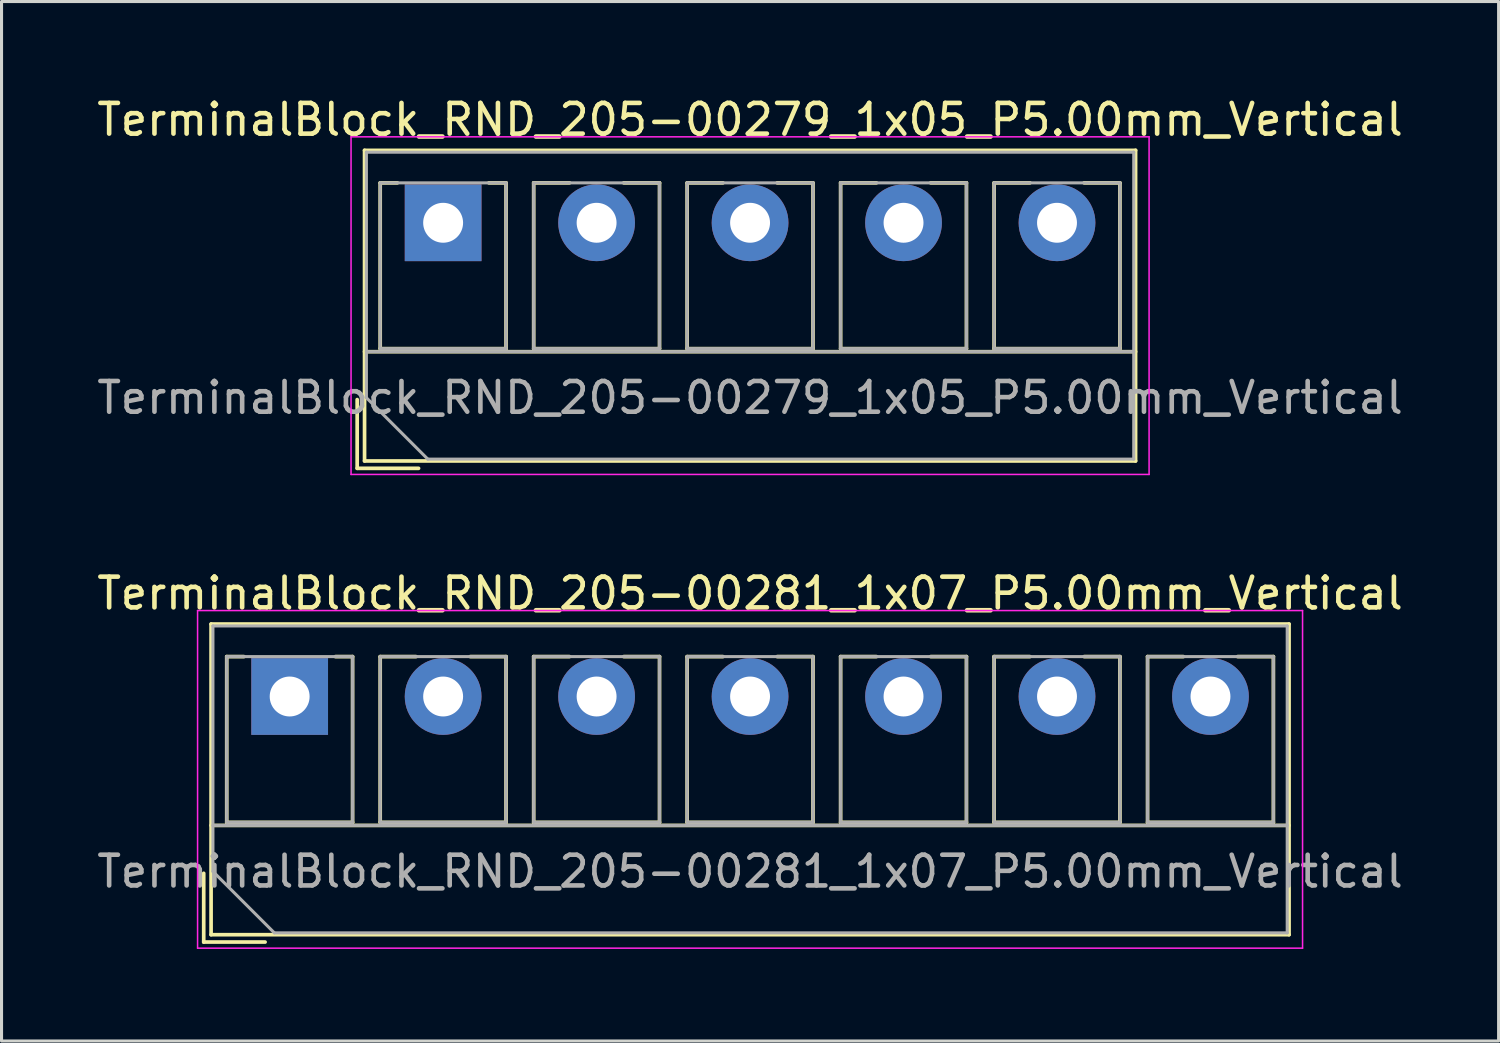
<source format=kicad_pcb>
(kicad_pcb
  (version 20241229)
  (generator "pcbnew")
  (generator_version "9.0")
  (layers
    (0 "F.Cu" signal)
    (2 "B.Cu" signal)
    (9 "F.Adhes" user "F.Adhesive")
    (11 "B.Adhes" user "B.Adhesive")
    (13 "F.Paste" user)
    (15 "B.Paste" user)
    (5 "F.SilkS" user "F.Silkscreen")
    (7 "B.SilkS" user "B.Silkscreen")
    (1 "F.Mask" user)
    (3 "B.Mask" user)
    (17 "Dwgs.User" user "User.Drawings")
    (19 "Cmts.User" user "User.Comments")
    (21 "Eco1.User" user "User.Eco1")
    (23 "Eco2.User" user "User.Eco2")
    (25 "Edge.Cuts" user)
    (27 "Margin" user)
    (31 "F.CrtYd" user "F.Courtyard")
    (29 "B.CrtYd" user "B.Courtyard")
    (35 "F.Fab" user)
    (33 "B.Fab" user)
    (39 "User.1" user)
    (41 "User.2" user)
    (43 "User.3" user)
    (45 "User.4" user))
  (footprint "TerminalBlock_RND_205-00281_1x07_P5.00mm_Vertical"
    (layer "F.Cu")
    (at 6.387 19.642)
    (property "Reference" "TerminalBlock_RND_205-00281_1x07_P5.00mm_Vertical" (at 15 -3.36 0) (layer "F.SilkS") (effects (font (size 1 1) (thickness 0.15))))
    (attr through_hole)
    (fp_line (start -2.8 5.76) (end -2.8 8) (stroke (width 0.12) (type solid)) (layer "F.SilkS"))
    (fp_line (start -2.8 8) (end -0.8 8) (stroke (width 0.12) (type solid)) (layer "F.SilkS"))
    (fp_line (start -2.56 -2.36) (end -2.56 7.76) (stroke (width 0.12) (type solid)) (layer "F.SilkS"))
    (fp_line (start -2.56 -2.36) (end 32.56 -2.36) (stroke (width 0.12) (type solid)) (layer "F.SilkS"))
    (fp_line (start -2.56 4.2) (end 32.56 4.2) (stroke (width 0.12) (type solid)) (layer "F.SilkS"))
    (fp_line (start -2.56 7.76) (end 32.56 7.76) (stroke (width 0.12) (type solid)) (layer "F.SilkS"))
    (fp_line (start -2.05 -1.3) (end -2.05 4.1) (stroke (width 0.12) (type solid)) (layer "F.SilkS"))
    (fp_line (start -2.05 -1.3) (end -1.49 -1.3) (stroke (width 0.12) (type solid)) (layer "F.SilkS"))
    (fp_line (start -2.05 4.1) (end 2.05 4.1) (stroke (width 0.12) (type solid)) (layer "F.SilkS"))
    (fp_line (start 1.49 -1.3) (end 2.05 -1.3) (stroke (width 0.12) (type solid)) (layer "F.SilkS"))
    (fp_line (start 2.05 -1.3) (end 2.05 4.1) (stroke (width 0.12) (type solid)) (layer "F.SilkS"))
    (fp_line (start 2.95 -1.3) (end 2.95 4.1) (stroke (width 0.12) (type solid)) (layer "F.SilkS"))
    (fp_line (start 2.95 -1.3) (end 4.117 -1.3) (stroke (width 0.12) (type solid)) (layer "F.SilkS"))
    (fp_line (start 2.95 4.1) (end 7.05 4.1) (stroke (width 0.12) (type solid)) (layer "F.SilkS"))
    (fp_line (start 5.884 -1.3) (end 7.05 -1.3) (stroke (width 0.12) (type solid)) (layer "F.SilkS"))
    (fp_line (start 7.05 -1.3) (end 7.05 4.1) (stroke (width 0.12) (type solid)) (layer "F.SilkS"))
    (fp_line (start 7.95 -1.3) (end 7.95 4.1) (stroke (width 0.12) (type solid)) (layer "F.SilkS"))
    (fp_line (start 7.95 -1.3) (end 9.117 -1.3) (stroke (width 0.12) (type solid)) (layer "F.SilkS"))
    (fp_line (start 7.95 4.1) (end 12.05 4.1) (stroke (width 0.12) (type solid)) (layer "F.SilkS"))
    (fp_line (start 10.884 -1.3) (end 12.05 -1.3) (stroke (width 0.12) (type solid)) (layer "F.SilkS"))
    (fp_line (start 12.05 -1.3) (end 12.05 4.1) (stroke (width 0.12) (type solid)) (layer "F.SilkS"))
    (fp_line (start 12.95 -1.3) (end 12.95 4.1) (stroke (width 0.12) (type solid)) (layer "F.SilkS"))
    (fp_line (start 12.95 -1.3) (end 14.117 -1.3) (stroke (width 0.12) (type solid)) (layer "F.SilkS"))
    (fp_line (start 12.95 4.1) (end 17.05 4.1) (stroke (width 0.12) (type solid)) (layer "F.SilkS"))
    (fp_line (start 15.884 -1.3) (end 17.05 -1.3) (stroke (width 0.12) (type solid)) (layer "F.SilkS"))
    (fp_line (start 17.05 -1.3) (end 17.05 4.1) (stroke (width 0.12) (type solid)) (layer "F.SilkS"))
    (fp_line (start 17.95 -1.3) (end 17.95 4.1) (stroke (width 0.12) (type solid)) (layer "F.SilkS"))
    (fp_line (start 17.95 -1.3) (end 19.117 -1.3) (stroke (width 0.12) (type solid)) (layer "F.SilkS"))
    (fp_line (start 17.95 4.1) (end 22.05 4.1) (stroke (width 0.12) (type solid)) (layer "F.SilkS"))
    (fp_line (start 20.884 -1.3) (end 22.05 -1.3) (stroke (width 0.12) (type solid)) (layer "F.SilkS"))
    (fp_line (start 22.05 -1.3) (end 22.05 4.1) (stroke (width 0.12) (type solid)) (layer "F.SilkS"))
    (fp_line (start 22.95 -1.3) (end 22.95 4.1) (stroke (width 0.12) (type solid)) (layer "F.SilkS"))
    (fp_line (start 22.95 -1.3) (end 24.117 -1.3) (stroke (width 0.12) (type solid)) (layer "F.SilkS"))
    (fp_line (start 22.95 4.1) (end 27.05 4.1) (stroke (width 0.12) (type solid)) (layer "F.SilkS"))
    (fp_line (start 25.884 -1.3) (end 27.05 -1.3) (stroke (width 0.12) (type solid)) (layer "F.SilkS"))
    (fp_line (start 27.05 -1.3) (end 27.05 4.1) (stroke (width 0.12) (type solid)) (layer "F.SilkS"))
    (fp_line (start 27.95 -1.3) (end 27.95 4.1) (stroke (width 0.12) (type solid)) (layer "F.SilkS"))
    (fp_line (start 27.95 -1.3) (end 29.117 -1.3) (stroke (width 0.12) (type solid)) (layer "F.SilkS"))
    (fp_line (start 27.95 4.1) (end 32.05 4.1) (stroke (width 0.12) (type solid)) (layer "F.SilkS"))
    (fp_line (start 30.884 -1.3) (end 32.05 -1.3) (stroke (width 0.12) (type solid)) (layer "F.SilkS"))
    (fp_line (start 32.05 -1.3) (end 32.05 4.1) (stroke (width 0.12) (type solid)) (layer "F.SilkS"))
    (fp_line (start 32.56 -2.36) (end 32.56 7.76) (stroke (width 0.12) (type solid)) (layer "F.SilkS"))
    (fp_line (start -3 -2.8) (end -3 8.2) (stroke (width 0.05) (type solid)) (layer "F.CrtYd"))
    (fp_line (start -3 8.2) (end 33 8.2) (stroke (width 0.05) (type solid)) (layer "F.CrtYd"))
    (fp_line (start 33 -2.8) (end -3 -2.8) (stroke (width 0.05) (type solid)) (layer "F.CrtYd"))
    (fp_line (start 33 8.2) (end 33 -2.8) (stroke (width 0.05) (type solid)) (layer "F.CrtYd"))
    (fp_line (start -2.5 -2.3) (end 32.5 -2.3) (stroke (width 0.1) (type solid)) (layer "F.Fab"))
    (fp_line (start -2.5 4.2) (end 32.5 4.2) (stroke (width 0.1) (type solid)) (layer "F.Fab"))
    (fp_line (start -2.5 5.7) (end -2.5 -2.3) (stroke (width 0.1) (type solid)) (layer "F.Fab"))
    (fp_line (start -2.05 -1.3) (end -2.05 4.1) (stroke (width 0.1) (type solid)) (layer "F.Fab"))
    (fp_line (start -2.05 4.1) (end 2.05 4.1) (stroke (width 0.1) (type solid)) (layer "F.Fab"))
    (fp_line (start -0.5 7.7) (end -2.5 5.7) (stroke (width 0.1) (type solid)) (layer "F.Fab"))
    (fp_line (start 2.05 -1.3) (end -2.05 -1.3) (stroke (width 0.1) (type solid)) (layer "F.Fab"))
    (fp_line (start 2.05 4.1) (end 2.05 -1.3) (stroke (width 0.1) (type solid)) (layer "F.Fab"))
    (fp_line (start 2.95 -1.3) (end 2.95 4.1) (stroke (width 0.1) (type solid)) (layer "F.Fab"))
    (fp_line (start 2.95 4.1) (end 7.05 4.1) (stroke (width 0.1) (type solid)) (layer "F.Fab"))
    (fp_line (start 7.05 -1.3) (end 2.95 -1.3) (stroke (width 0.1) (type solid)) (layer "F.Fab"))
    (fp_line (start 7.05 4.1) (end 7.05 -1.3) (stroke (width 0.1) (type solid)) (layer "F.Fab"))
    (fp_line (start 7.95 -1.3) (end 7.95 4.1) (stroke (width 0.1) (type solid)) (layer "F.Fab"))
    (fp_line (start 7.95 4.1) (end 12.05 4.1) (stroke (width 0.1) (type solid)) (layer "F.Fab"))
    (fp_line (start 12.05 -1.3) (end 7.95 -1.3) (stroke (width 0.1) (type solid)) (layer "F.Fab"))
    (fp_line (start 12.05 4.1) (end 12.05 -1.3) (stroke (width 0.1) (type solid)) (layer "F.Fab"))
    (fp_line (start 12.95 -1.3) (end 12.95 4.1) (stroke (width 0.1) (type solid)) (layer "F.Fab"))
    (fp_line (start 12.95 4.1) (end 17.05 4.1) (stroke (width 0.1) (type solid)) (layer "F.Fab"))
    (fp_line (start 17.05 -1.3) (end 12.95 -1.3) (stroke (width 0.1) (type solid)) (layer "F.Fab"))
    (fp_line (start 17.05 4.1) (end 17.05 -1.3) (stroke (width 0.1) (type solid)) (layer "F.Fab"))
    (fp_line (start 17.95 -1.3) (end 17.95 4.1) (stroke (width 0.1) (type solid)) (layer "F.Fab"))
    (fp_line (start 17.95 4.1) (end 22.05 4.1) (stroke (width 0.1) (type solid)) (layer "F.Fab"))
    (fp_line (start 22.05 -1.3) (end 17.95 -1.3) (stroke (width 0.1) (type solid)) (layer "F.Fab"))
    (fp_line (start 22.05 4.1) (end 22.05 -1.3) (stroke (width 0.1) (type solid)) (layer "F.Fab"))
    (fp_line (start 22.95 -1.3) (end 22.95 4.1) (stroke (width 0.1) (type solid)) (layer "F.Fab"))
    (fp_line (start 22.95 4.1) (end 27.05 4.1) (stroke (width 0.1) (type solid)) (layer "F.Fab"))
    (fp_line (start 27.05 -1.3) (end 22.95 -1.3) (stroke (width 0.1) (type solid)) (layer "F.Fab"))
    (fp_line (start 27.05 4.1) (end 27.05 -1.3) (stroke (width 0.1) (type solid)) (layer "F.Fab"))
    (fp_line (start 27.95 -1.3) (end 27.95 4.1) (stroke (width 0.1) (type solid)) (layer "F.Fab"))
    (fp_line (start 27.95 4.1) (end 32.05 4.1) (stroke (width 0.1) (type solid)) (layer "F.Fab"))
    (fp_line (start 32.05 -1.3) (end 27.95 -1.3) (stroke (width 0.1) (type solid)) (layer "F.Fab"))
    (fp_line (start 32.05 4.1) (end 32.05 -1.3) (stroke (width 0.1) (type solid)) (layer "F.Fab"))
    (fp_line (start 32.5 -2.3) (end 32.5 7.7) (stroke (width 0.1) (type solid)) (layer "F.Fab"))
    (fp_line (start 32.5 7.7) (end -0.5 7.7) (stroke (width 0.1) (type solid)) (layer "F.Fab"))
    (fp_text user "${REFERENCE}" (at 15 5.7 0) (layer "F.Fab") (effects (font (size 1 1) (thickness 0.15))))
    (pad "1" thru_hole rect (at 0 0) (size 2.5 2.5) (drill 1.3) (layers "*.Cu" "*.Mask"))
    (pad "2" thru_hole circle (at 5 0) (size 2.5 2.5) (drill 1.3) (layers "*.Cu" "*.Mask"))
    (pad "3" thru_hole circle (at 10 0) (size 2.5 2.5) (drill 1.3) (layers "*.Cu" "*.Mask"))
    (pad "4" thru_hole circle (at 15 0) (size 2.5 2.5) (drill 1.3) (layers "*.Cu" "*.Mask"))
    (pad "5" thru_hole circle (at 20 0) (size 2.5 2.5) (drill 1.3) (layers "*.Cu" "*.Mask"))
    (pad "6" thru_hole circle (at 25 0) (size 2.5 2.5) (drill 1.3) (layers "*.Cu" "*.Mask"))
    (pad "7" thru_hole circle (at 30 0) (size 2.5 2.5) (drill 1.3) (layers "*.Cu" "*.Mask")))
  (footprint "TerminalBlock_RND_205-00279_1x05_P5.00mm_Vertical"
    (layer "F.Cu")
    (at 11.387 4.208)
    (property "Reference" "TerminalBlock_RND_205-00279_1x05_P5.00mm_Vertical" (at 10 -3.36 0) (layer "F.SilkS") (effects (font (size 1 1) (thickness 0.15))))
    (attr through_hole)
    (fp_line (start -2.8 5.76) (end -2.8 8) (stroke (width 0.12) (type solid)) (layer "F.SilkS"))
    (fp_line (start -2.8 8) (end -0.8 8) (stroke (width 0.12) (type solid)) (layer "F.SilkS"))
    (fp_line (start -2.56 -2.36) (end -2.56 7.76) (stroke (width 0.12) (type solid)) (layer "F.SilkS"))
    (fp_line (start -2.56 -2.36) (end 22.56 -2.36) (stroke (width 0.12) (type solid)) (layer "F.SilkS"))
    (fp_line (start -2.56 4.2) (end 22.56 4.2) (stroke (width 0.12) (type solid)) (layer "F.SilkS"))
    (fp_line (start -2.56 7.76) (end 22.56 7.76) (stroke (width 0.12) (type solid)) (layer "F.SilkS"))
    (fp_line (start -2.05 -1.3) (end -2.05 4.1) (stroke (width 0.12) (type solid)) (layer "F.SilkS"))
    (fp_line (start -2.05 -1.3) (end -1.49 -1.3) (stroke (width 0.12) (type solid)) (layer "F.SilkS"))
    (fp_line (start -2.05 4.1) (end 2.05 4.1) (stroke (width 0.12) (type solid)) (layer "F.SilkS"))
    (fp_line (start 1.49 -1.3) (end 2.05 -1.3) (stroke (width 0.12) (type solid)) (layer "F.SilkS"))
    (fp_line (start 2.05 -1.3) (end 2.05 4.1) (stroke (width 0.12) (type solid)) (layer "F.SilkS"))
    (fp_line (start 2.95 -1.3) (end 2.95 4.1) (stroke (width 0.12) (type solid)) (layer "F.SilkS"))
    (fp_line (start 2.95 -1.3) (end 4.117 -1.3) (stroke (width 0.12) (type solid)) (layer "F.SilkS"))
    (fp_line (start 2.95 4.1) (end 7.05 4.1) (stroke (width 0.12) (type solid)) (layer "F.SilkS"))
    (fp_line (start 5.884 -1.3) (end 7.05 -1.3) (stroke (width 0.12) (type solid)) (layer "F.SilkS"))
    (fp_line (start 7.05 -1.3) (end 7.05 4.1) (stroke (width 0.12) (type solid)) (layer "F.SilkS"))
    (fp_line (start 7.95 -1.3) (end 7.95 4.1) (stroke (width 0.12) (type solid)) (layer "F.SilkS"))
    (fp_line (start 7.95 -1.3) (end 9.117 -1.3) (stroke (width 0.12) (type solid)) (layer "F.SilkS"))
    (fp_line (start 7.95 4.1) (end 12.05 4.1) (stroke (width 0.12) (type solid)) (layer "F.SilkS"))
    (fp_line (start 10.884 -1.3) (end 12.05 -1.3) (stroke (width 0.12) (type solid)) (layer "F.SilkS"))
    (fp_line (start 12.05 -1.3) (end 12.05 4.1) (stroke (width 0.12) (type solid)) (layer "F.SilkS"))
    (fp_line (start 12.95 -1.3) (end 12.95 4.1) (stroke (width 0.12) (type solid)) (layer "F.SilkS"))
    (fp_line (start 12.95 -1.3) (end 14.117 -1.3) (stroke (width 0.12) (type solid)) (layer "F.SilkS"))
    (fp_line (start 12.95 4.1) (end 17.05 4.1) (stroke (width 0.12) (type solid)) (layer "F.SilkS"))
    (fp_line (start 15.884 -1.3) (end 17.05 -1.3) (stroke (width 0.12) (type solid)) (layer "F.SilkS"))
    (fp_line (start 17.05 -1.3) (end 17.05 4.1) (stroke (width 0.12) (type solid)) (layer "F.SilkS"))
    (fp_line (start 17.95 -1.3) (end 17.95 4.1) (stroke (width 0.12) (type solid)) (layer "F.SilkS"))
    (fp_line (start 17.95 -1.3) (end 19.117 -1.3) (stroke (width 0.12) (type solid)) (layer "F.SilkS"))
    (fp_line (start 17.95 4.1) (end 22.05 4.1) (stroke (width 0.12) (type solid)) (layer "F.SilkS"))
    (fp_line (start 20.884 -1.3) (end 22.05 -1.3) (stroke (width 0.12) (type solid)) (layer "F.SilkS"))
    (fp_line (start 22.05 -1.3) (end 22.05 4.1) (stroke (width 0.12) (type solid)) (layer "F.SilkS"))
    (fp_line (start 22.56 -2.36) (end 22.56 7.76) (stroke (width 0.12) (type solid)) (layer "F.SilkS"))
    (fp_line (start -3 -2.8) (end -3 8.2) (stroke (width 0.05) (type solid)) (layer "F.CrtYd"))
    (fp_line (start -3 8.2) (end 23 8.2) (stroke (width 0.05) (type solid)) (layer "F.CrtYd"))
    (fp_line (start 23 -2.8) (end -3 -2.8) (stroke (width 0.05) (type solid)) (layer "F.CrtYd"))
    (fp_line (start 23 8.2) (end 23 -2.8) (stroke (width 0.05) (type solid)) (layer "F.CrtYd"))
    (fp_line (start -2.5 -2.3) (end 22.5 -2.3) (stroke (width 0.1) (type solid)) (layer "F.Fab"))
    (fp_line (start -2.5 4.2) (end 22.5 4.2) (stroke (width 0.1) (type solid)) (layer "F.Fab"))
    (fp_line (start -2.5 5.7) (end -2.5 -2.3) (stroke (width 0.1) (type solid)) (layer "F.Fab"))
    (fp_line (start -2.05 -1.3) (end -2.05 4.1) (stroke (width 0.1) (type solid)) (layer "F.Fab"))
    (fp_line (start -2.05 4.1) (end 2.05 4.1) (stroke (width 0.1) (type solid)) (layer "F.Fab"))
    (fp_line (start -0.5 7.7) (end -2.5 5.7) (stroke (width 0.1) (type solid)) (layer "F.Fab"))
    (fp_line (start 2.05 -1.3) (end -2.05 -1.3) (stroke (width 0.1) (type solid)) (layer "F.Fab"))
    (fp_line (start 2.05 4.1) (end 2.05 -1.3) (stroke (width 0.1) (type solid)) (layer "F.Fab"))
    (fp_line (start 2.95 -1.3) (end 2.95 4.1) (stroke (width 0.1) (type solid)) (layer "F.Fab"))
    (fp_line (start 2.95 4.1) (end 7.05 4.1) (stroke (width 0.1) (type solid)) (layer "F.Fab"))
    (fp_line (start 7.05 -1.3) (end 2.95 -1.3) (stroke (width 0.1) (type solid)) (layer "F.Fab"))
    (fp_line (start 7.05 4.1) (end 7.05 -1.3) (stroke (width 0.1) (type solid)) (layer "F.Fab"))
    (fp_line (start 7.95 -1.3) (end 7.95 4.1) (stroke (width 0.1) (type solid)) (layer "F.Fab"))
    (fp_line (start 7.95 4.1) (end 12.05 4.1) (stroke (width 0.1) (type solid)) (layer "F.Fab"))
    (fp_line (start 12.05 -1.3) (end 7.95 -1.3) (stroke (width 0.1) (type solid)) (layer "F.Fab"))
    (fp_line (start 12.05 4.1) (end 12.05 -1.3) (stroke (width 0.1) (type solid)) (layer "F.Fab"))
    (fp_line (start 12.95 -1.3) (end 12.95 4.1) (stroke (width 0.1) (type solid)) (layer "F.Fab"))
    (fp_line (start 12.95 4.1) (end 17.05 4.1) (stroke (width 0.1) (type solid)) (layer "F.Fab"))
    (fp_line (start 17.05 -1.3) (end 12.95 -1.3) (stroke (width 0.1) (type solid)) (layer "F.Fab"))
    (fp_line (start 17.05 4.1) (end 17.05 -1.3) (stroke (width 0.1) (type solid)) (layer "F.Fab"))
    (fp_line (start 17.95 -1.3) (end 17.95 4.1) (stroke (width 0.1) (type solid)) (layer "F.Fab"))
    (fp_line (start 17.95 4.1) (end 22.05 4.1) (stroke (width 0.1) (type solid)) (layer "F.Fab"))
    (fp_line (start 22.05 -1.3) (end 17.95 -1.3) (stroke (width 0.1) (type solid)) (layer "F.Fab"))
    (fp_line (start 22.05 4.1) (end 22.05 -1.3) (stroke (width 0.1) (type solid)) (layer "F.Fab"))
    (fp_line (start 22.5 -2.3) (end 22.5 7.7) (stroke (width 0.1) (type solid)) (layer "F.Fab"))
    (fp_line (start 22.5 7.7) (end -0.5 7.7) (stroke (width 0.1) (type solid)) (layer "F.Fab"))
    (fp_text user "${REFERENCE}" (at 10 5.7 0) (layer "F.Fab") (effects (font (size 1 1) (thickness 0.15))))
    (pad "1" thru_hole rect (at 0 0) (size 2.5 2.5) (drill 1.3) (layers "*.Cu" "*.Mask"))
    (pad "2" thru_hole circle (at 5 0) (size 2.5 2.5) (drill 1.3) (layers "*.Cu" "*.Mask"))
    (pad "3" thru_hole circle (at 10 0) (size 2.5 2.5) (drill 1.3) (layers "*.Cu" "*.Mask"))
    (pad "4" thru_hole circle (at 15 0) (size 2.5 2.5) (drill 1.3) (layers "*.Cu" "*.Mask"))
    (pad "5" thru_hole circle (at 20 0) (size 2.5 2.5) (drill 1.3) (layers "*.Cu" "*.Mask")))
  (gr_rect
    (start -3 -3)
    (end 45.774 30.866)
    (stroke (width 0.1) (type default))
    (fill no)
    (layer "Edge.Cuts")))
</source>
